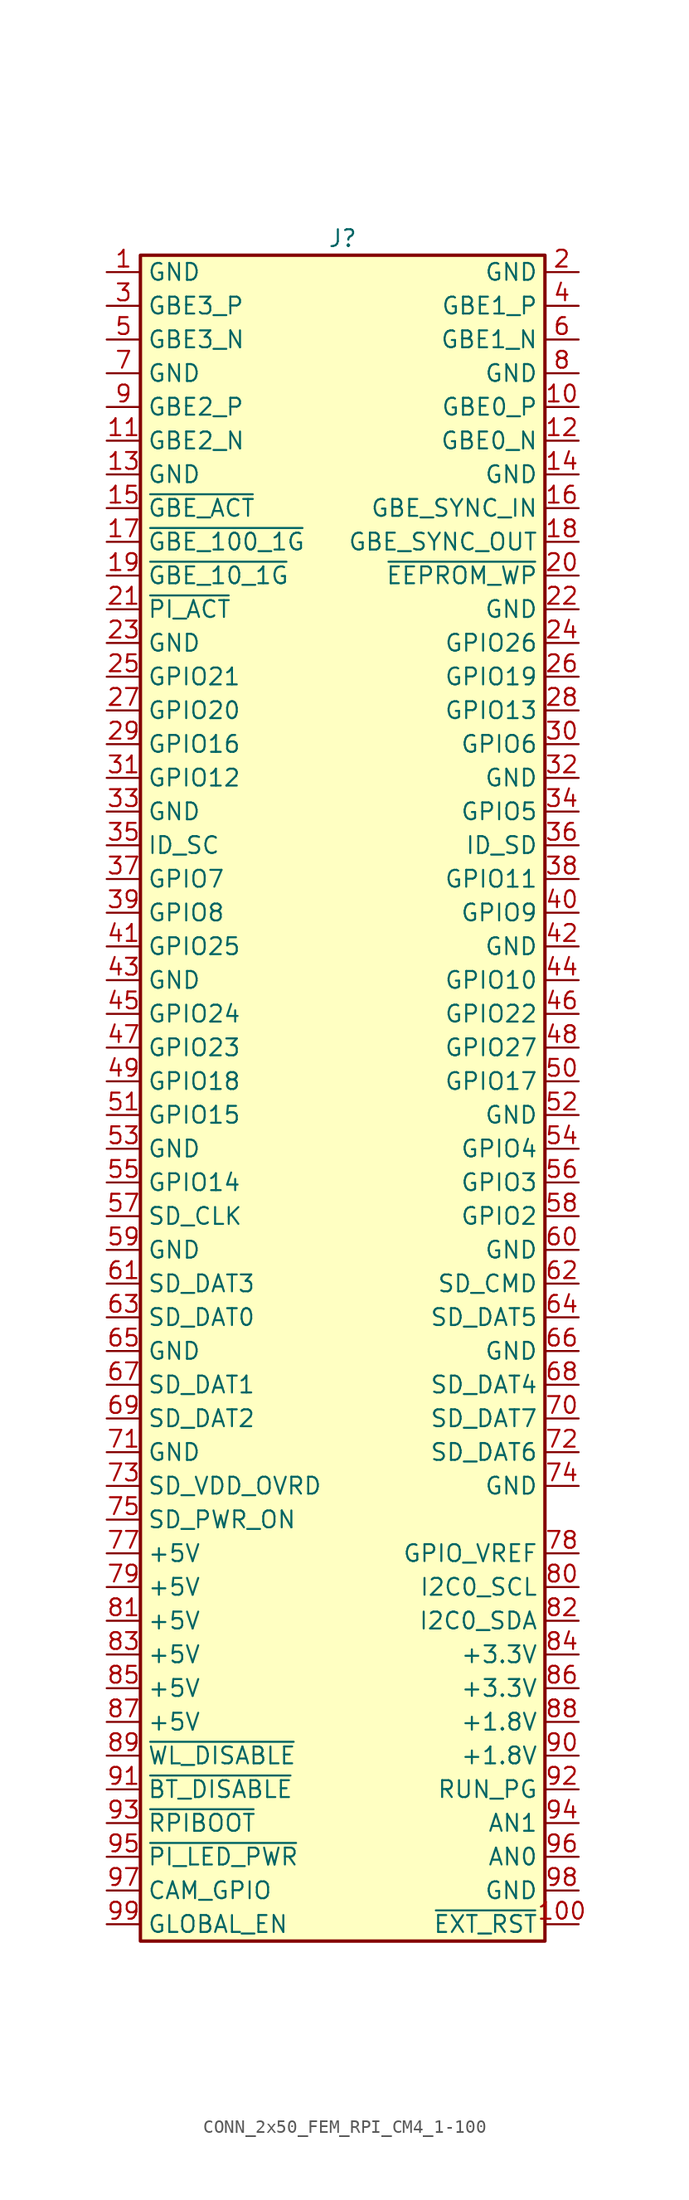
<source format=kicad_sym>
(kicad_symbol_lib
  (version 20211014)
  (generator kicad_symbol_editor)
  (symbol "CONN_2x50_FEM_RPI_CM4_1-100"
    (property "Reference" "J"
      (at 0 63.5 0)
      (effects (font (size 1.27 1.27))))
    (symbol "CONN_2x50_FEM_RPI_CM4_1-100_1_1"
      (rectangle (start -15.24 62.23) (end 15.24 -64.77) (stroke (width 0.254) (type default) (color 0 0 0 0)) (fill (type background)))
      (pin power_in line (at -17.78 60.96 0) (length 2.54) (name "GND" (effects (font (size 1.27 1.27)))) (number "1" (effects (font (size 1.27 1.27)))))
      (pin bidirectional line (at 17.78 50.8 180) (length 2.54) (name "GBE0_P" (effects (font (size 1.27 1.27)))) (number "10" (effects (font (size 1.27 1.27)))))
      (pin output line (at 17.78 -63.5 180) (length 2.54) (name "~{EXT_RST}" (effects (font (size 1.27 1.27)))) (number "100" (effects (font (size 1.27 1.27)))))
      (pin bidirectional line (at -17.78 48.26 0) (length 2.54) (name "GBE2_N" (effects (font (size 1.27 1.27)))) (number "11" (effects (font (size 1.27 1.27)))))
      (pin bidirectional line (at 17.78 48.26 180) (length 2.54) (name "GBE0_N" (effects (font (size 1.27 1.27)))) (number "12" (effects (font (size 1.27 1.27)))))
      (pin power_in line (at -17.78 45.72 0) (length 2.54) (name "GND" (effects (font (size 1.27 1.27)))) (number "13" (effects (font (size 1.27 1.27)))))
      (pin power_in line (at 17.78 45.72 180) (length 2.54) (name "GND" (effects (font (size 1.27 1.27)))) (number "14" (effects (font (size 1.27 1.27)))))
      (pin output line (at -17.78 43.18 0) (length 2.54) (name "~{GBE_ACT}" (effects (font (size 1.27 1.27)))) (number "15" (effects (font (size 1.27 1.27)))))
      (pin input line (at 17.78 43.18 180) (length 2.54) (name "GBE_SYNC_IN" (effects (font (size 1.27 1.27)))) (number "16" (effects (font (size 1.27 1.27)))))
      (pin output line (at -17.78 40.64 0) (length 2.54) (name "~{GBE_100_1G}" (effects (font (size 1.27 1.27)))) (number "17" (effects (font (size 1.27 1.27)))))
      (pin output line (at 17.78 40.64 180) (length 2.54) (name "GBE_SYNC_OUT" (effects (font (size 1.27 1.27)))) (number "18" (effects (font (size 1.27 1.27)))))
      (pin output line (at -17.78 38.1 0) (length 2.54) (name "~{GBE_10_1G}" (effects (font (size 1.27 1.27)))) (number "19" (effects (font (size 1.27 1.27)))))
      (pin power_in line (at 17.78 60.96 180) (length 2.54) (name "GND" (effects (font (size 1.27 1.27)))) (number "2" (effects (font (size 1.27 1.27)))))
      (pin output line (at 17.78 38.1 180) (length 2.54) (name "~{EEPROM_WP}" (effects (font (size 1.27 1.27)))) (number "20" (effects (font (size 1.27 1.27)))))
      (pin output line (at -17.78 35.56 0) (length 2.54) (name "~{PI_ACT}" (effects (font (size 1.27 1.27)))) (number "21" (effects (font (size 1.27 1.27)))))
      (pin power_in line (at 17.78 35.56 180) (length 2.54) (name "GND" (effects (font (size 1.27 1.27)))) (number "22" (effects (font (size 1.27 1.27)))))
      (pin power_in line (at -17.78 33.02 0) (length 2.54) (name "GND" (effects (font (size 1.27 1.27)))) (number "23" (effects (font (size 1.27 1.27)))))
      (pin bidirectional line (at 17.78 33.02 180) (length 2.54) (name "GPIO26" (effects (font (size 1.27 1.27)))) (number "24" (effects (font (size 1.27 1.27)))))
      (pin bidirectional line (at -17.78 30.48 0) (length 2.54) (name "GPIO21" (effects (font (size 1.27 1.27)))) (number "25" (effects (font (size 1.27 1.27)))))
      (pin bidirectional line (at 17.78 30.48 180) (length 2.54) (name "GPIO19" (effects (font (size 1.27 1.27)))) (number "26" (effects (font (size 1.27 1.27)))))
      (pin bidirectional line (at -17.78 27.94 0) (length 2.54) (name "GPIO20" (effects (font (size 1.27 1.27)))) (number "27" (effects (font (size 1.27 1.27)))))
      (pin bidirectional line (at 17.78 27.94 180) (length 2.54) (name "GPIO13" (effects (font (size 1.27 1.27)))) (number "28" (effects (font (size 1.27 1.27)))))
      (pin bidirectional line (at -17.78 25.4 0) (length 2.54) (name "GPIO16" (effects (font (size 1.27 1.27)))) (number "29" (effects (font (size 1.27 1.27)))))
      (pin bidirectional line (at -17.78 58.42 0) (length 2.54) (name "GBE3_P" (effects (font (size 1.27 1.27)))) (number "3" (effects (font (size 1.27 1.27)))))
      (pin bidirectional line (at 17.78 25.4 180) (length 2.54) (name "GPIO6" (effects (font (size 1.27 1.27)))) (number "30" (effects (font (size 1.27 1.27)))))
      (pin bidirectional line (at -17.78 22.86 0) (length 2.54) (name "GPIO12" (effects (font (size 1.27 1.27)))) (number "31" (effects (font (size 1.27 1.27)))))
      (pin power_in line (at 17.78 22.86 180) (length 2.54) (name "GND" (effects (font (size 1.27 1.27)))) (number "32" (effects (font (size 1.27 1.27)))))
      (pin power_in line (at -17.78 20.32 0) (length 2.54) (name "GND" (effects (font (size 1.27 1.27)))) (number "33" (effects (font (size 1.27 1.27)))))
      (pin bidirectional line (at 17.78 20.32 180) (length 2.54) (name "GPIO5" (effects (font (size 1.27 1.27)))) (number "34" (effects (font (size 1.27 1.27)))))
      (pin output line (at -17.78 17.78 0) (length 2.54) (name "ID_SC" (effects (font (size 1.27 1.27)))) (number "35" (effects (font (size 1.27 1.27)))))
      (pin bidirectional line (at 17.78 17.78 180) (length 2.54) (name "ID_SD" (effects (font (size 1.27 1.27)))) (number "36" (effects (font (size 1.27 1.27)))))
      (pin bidirectional line (at -17.78 15.24 0) (length 2.54) (name "GPIO7" (effects (font (size 1.27 1.27)))) (number "37" (effects (font (size 1.27 1.27)))))
      (pin bidirectional line (at 17.78 15.24 180) (length 2.54) (name "GPIO11" (effects (font (size 1.27 1.27)))) (number "38" (effects (font (size 1.27 1.27)))))
      (pin bidirectional line (at -17.78 12.7 0) (length 2.54) (name "GPIO8" (effects (font (size 1.27 1.27)))) (number "39" (effects (font (size 1.27 1.27)))))
      (pin bidirectional line (at 17.78 58.42 180) (length 2.54) (name "GBE1_P" (effects (font (size 1.27 1.27)))) (number "4" (effects (font (size 1.27 1.27)))))
      (pin bidirectional line (at 17.78 12.7 180) (length 2.54) (name "GPIO9" (effects (font (size 1.27 1.27)))) (number "40" (effects (font (size 1.27 1.27)))))
      (pin bidirectional line (at -17.78 10.16 0) (length 2.54) (name "GPIO25" (effects (font (size 1.27 1.27)))) (number "41" (effects (font (size 1.27 1.27)))))
      (pin power_in line (at 17.78 10.16 180) (length 2.54) (name "GND" (effects (font (size 1.27 1.27)))) (number "42" (effects (font (size 1.27 1.27)))))
      (pin power_in line (at -17.78 7.62 0) (length 2.54) (name "GND" (effects (font (size 1.27 1.27)))) (number "43" (effects (font (size 1.27 1.27)))))
      (pin bidirectional line (at 17.78 7.62 180) (length 2.54) (name "GPIO10" (effects (font (size 1.27 1.27)))) (number "44" (effects (font (size 1.27 1.27)))))
      (pin bidirectional line (at -17.78 5.08 0) (length 2.54) (name "GPIO24" (effects (font (size 1.27 1.27)))) (number "45" (effects (font (size 1.27 1.27)))))
      (pin bidirectional line (at 17.78 5.08 180) (length 2.54) (name "GPIO22" (effects (font (size 1.27 1.27)))) (number "46" (effects (font (size 1.27 1.27)))))
      (pin bidirectional line (at -17.78 2.54 0) (length 2.54) (name "GPIO23" (effects (font (size 1.27 1.27)))) (number "47" (effects (font (size 1.27 1.27)))))
      (pin bidirectional line (at 17.78 2.54 180) (length 2.54) (name "GPIO27" (effects (font (size 1.27 1.27)))) (number "48" (effects (font (size 1.27 1.27)))))
      (pin bidirectional line (at -17.78 0 0) (length 2.54) (name "GPIO18" (effects (font (size 1.27 1.27)))) (number "49" (effects (font (size 1.27 1.27)))))
      (pin bidirectional line (at -17.78 55.88 0) (length 2.54) (name "GBE3_N" (effects (font (size 1.27 1.27)))) (number "5" (effects (font (size 1.27 1.27)))))
      (pin bidirectional line (at 17.78 0 180) (length 2.54) (name "GPIO17" (effects (font (size 1.27 1.27)))) (number "50" (effects (font (size 1.27 1.27)))))
      (pin bidirectional line (at -17.78 -2.54 0) (length 2.54) (name "GPIO15" (effects (font (size 1.27 1.27)))) (number "51" (effects (font (size 1.27 1.27)))))
      (pin power_in line (at 17.78 -2.54 180) (length 2.54) (name "GND" (effects (font (size 1.27 1.27)))) (number "52" (effects (font (size 1.27 1.27)))))
      (pin power_in line (at -17.78 -5.08 0) (length 2.54) (name "GND" (effects (font (size 1.27 1.27)))) (number "53" (effects (font (size 1.27 1.27)))))
      (pin bidirectional line (at 17.78 -5.08 180) (length 2.54) (name "GPIO4" (effects (font (size 1.27 1.27)))) (number "54" (effects (font (size 1.27 1.27)))))
      (pin bidirectional line (at -17.78 -7.62 0) (length 2.54) (name "GPIO14" (effects (font (size 1.27 1.27)))) (number "55" (effects (font (size 1.27 1.27)))))
      (pin bidirectional line (at 17.78 -7.62 180) (length 2.54) (name "GPIO3" (effects (font (size 1.27 1.27)))) (number "56" (effects (font (size 1.27 1.27)))))
      (pin output line (at -17.78 -10.16 0) (length 2.54) (name "SD_CLK" (effects (font (size 1.27 1.27)))) (number "57" (effects (font (size 1.27 1.27)))))
      (pin bidirectional line (at 17.78 -10.16 180) (length 2.54) (name "GPIO2" (effects (font (size 1.27 1.27)))) (number "58" (effects (font (size 1.27 1.27)))))
      (pin power_in line (at -17.78 -12.7 0) (length 2.54) (name "GND" (effects (font (size 1.27 1.27)))) (number "59" (effects (font (size 1.27 1.27)))))
      (pin bidirectional line (at 17.78 55.88 180) (length 2.54) (name "GBE1_N" (effects (font (size 1.27 1.27)))) (number "6" (effects (font (size 1.27 1.27)))))
      (pin power_in line (at 17.78 -12.7 180) (length 2.54) (name "GND" (effects (font (size 1.27 1.27)))) (number "60" (effects (font (size 1.27 1.27)))))
      (pin bidirectional line (at -17.78 -15.24 0) (length 2.54) (name "SD_DAT3" (effects (font (size 1.27 1.27)))) (number "61" (effects (font (size 1.27 1.27)))))
      (pin output line (at 17.78 -15.24 180) (length 2.54) (name "SD_CMD" (effects (font (size 1.27 1.27)))) (number "62" (effects (font (size 1.27 1.27)))))
      (pin bidirectional line (at -17.78 -17.78 0) (length 2.54) (name "SD_DAT0" (effects (font (size 1.27 1.27)))) (number "63" (effects (font (size 1.27 1.27)))))
      (pin bidirectional line (at 17.78 -17.78 180) (length 2.54) (name "SD_DAT5" (effects (font (size 1.27 1.27)))) (number "64" (effects (font (size 1.27 1.27)))))
      (pin power_in line (at -17.78 -20.32 0) (length 2.54) (name "GND" (effects (font (size 1.27 1.27)))) (number "65" (effects (font (size 1.27 1.27)))))
      (pin power_in line (at 17.78 -20.32 180) (length 2.54) (name "GND" (effects (font (size 1.27 1.27)))) (number "66" (effects (font (size 1.27 1.27)))))
      (pin bidirectional line (at -17.78 -22.86 0) (length 2.54) (name "SD_DAT1" (effects (font (size 1.27 1.27)))) (number "67" (effects (font (size 1.27 1.27)))))
      (pin bidirectional line (at 17.78 -22.86 180) (length 2.54) (name "SD_DAT4" (effects (font (size 1.27 1.27)))) (number "68" (effects (font (size 1.27 1.27)))))
      (pin bidirectional line (at -17.78 -25.4 0) (length 2.54) (name "SD_DAT2" (effects (font (size 1.27 1.27)))) (number "69" (effects (font (size 1.27 1.27)))))
      (pin power_in line (at -17.78 53.34 0) (length 2.54) (name "GND" (effects (font (size 1.27 1.27)))) (number "7" (effects (font (size 1.27 1.27)))))
      (pin bidirectional line (at 17.78 -25.4 180) (length 2.54) (name "SD_DAT7" (effects (font (size 1.27 1.27)))) (number "70" (effects (font (size 1.27 1.27)))))
      (pin power_in line (at -17.78 -27.94 0) (length 2.54) (name "GND" (effects (font (size 1.27 1.27)))) (number "71" (effects (font (size 1.27 1.27)))))
      (pin bidirectional line (at 17.78 -27.94 180) (length 2.54) (name "SD_DAT6" (effects (font (size 1.27 1.27)))) (number "72" (effects (font (size 1.27 1.27)))))
      (pin input line (at -17.78 -30.48 0) (length 2.54) (name "SD_VDD_OVRD" (effects (font (size 1.27 1.27)))) (number "73" (effects (font (size 1.27 1.27)))))
      (pin power_in line (at 17.78 -30.48 180) (length 2.54) (name "GND" (effects (font (size 1.27 1.27)))) (number "74" (effects (font (size 1.27 1.27)))))
      (pin output line (at -17.78 -33.02 0) (length 2.54) (name "SD_PWR_ON" (effects (font (size 1.27 1.27)))) (number "75" (effects (font (size 1.27 1.27)))))
      (pin no_connect line (at 17.78 -33.02 180) (length 2.54) hide (name "RESERVED" (effects (font (size 1.27 1.27)))) (number "76" (effects (font (size 1.27 1.27)))))
      (pin power_in line (at -17.78 -35.56 0) (length 2.54) (name "+5V" (effects (font (size 1.27 1.27)))) (number "77" (effects (font (size 1.27 1.27)))))
      (pin input line (at 17.78 -35.56 180) (length 2.54) (name "GPIO_VREF" (effects (font (size 1.27 1.27)))) (number "78" (effects (font (size 1.27 1.27)))))
      (pin power_in line (at -17.78 -38.1 0) (length 2.54) (name "+5V" (effects (font (size 1.27 1.27)))) (number "79" (effects (font (size 1.27 1.27)))))
      (pin power_in line (at 17.78 53.34 180) (length 2.54) (name "GND" (effects (font (size 1.27 1.27)))) (number "8" (effects (font (size 1.27 1.27)))))
      (pin output line (at 17.78 -38.1 180) (length 2.54) (name "I2C0_SCL" (effects (font (size 1.27 1.27)))) (number "80" (effects (font (size 1.27 1.27)))))
      (pin power_in line (at -17.78 -40.64 0) (length 2.54) (name "+5V" (effects (font (size 1.27 1.27)))) (number "81" (effects (font (size 1.27 1.27)))))
      (pin bidirectional line (at 17.78 -40.64 180) (length 2.54) (name "I2C0_SDA" (effects (font (size 1.27 1.27)))) (number "82" (effects (font (size 1.27 1.27)))))
      (pin power_in line (at -17.78 -43.18 0) (length 2.54) (name "+5V" (effects (font (size 1.27 1.27)))) (number "83" (effects (font (size 1.27 1.27)))))
      (pin power_out line (at 17.78 -43.18 180) (length 2.54) (name "+3.3V" (effects (font (size 1.27 1.27)))) (number "84" (effects (font (size 1.27 1.27)))))
      (pin power_in line (at -17.78 -45.72 0) (length 2.54) (name "+5V" (effects (font (size 1.27 1.27)))) (number "85" (effects (font (size 1.27 1.27)))))
      (pin passive line (at 17.78 -45.72 180) (length 2.54) (name "+3.3V" (effects (font (size 1.27 1.27)))) (number "86" (effects (font (size 1.27 1.27)))))
      (pin power_in line (at -17.78 -48.26 0) (length 2.54) (name "+5V" (effects (font (size 1.27 1.27)))) (number "87" (effects (font (size 1.27 1.27)))))
      (pin power_out line (at 17.78 -48.26 180) (length 2.54) (name "+1.8V" (effects (font (size 1.27 1.27)))) (number "88" (effects (font (size 1.27 1.27)))))
      (pin input line (at -17.78 -50.8 0) (length 2.54) (name "~{WL_DISABLE}" (effects (font (size 1.27 1.27)))) (number "89" (effects (font (size 1.27 1.27)))))
      (pin bidirectional line (at -17.78 50.8 0) (length 2.54) (name "GBE2_P" (effects (font (size 1.27 1.27)))) (number "9" (effects (font (size 1.27 1.27)))))
      (pin passive line (at 17.78 -50.8 180) (length 2.54) (name "+1.8V" (effects (font (size 1.27 1.27)))) (number "90" (effects (font (size 1.27 1.27)))))
      (pin input line (at -17.78 -53.34 0) (length 2.54) (name "~{BT_DISABLE}" (effects (font (size 1.27 1.27)))) (number "91" (effects (font (size 1.27 1.27)))))
      (pin bidirectional line (at 17.78 -53.34 180) (length 2.54) (name "RUN_PG" (effects (font (size 1.27 1.27)))) (number "92" (effects (font (size 1.27 1.27)))))
      (pin input line (at -17.78 -55.88 0) (length 2.54) (name "~{RPIBOOT}" (effects (font (size 1.27 1.27)))) (number "93" (effects (font (size 1.27 1.27)))))
      (pin input line (at 17.78 -55.88 180) (length 2.54) (name "AN1" (effects (font (size 1.27 1.27)))) (number "94" (effects (font (size 1.27 1.27)))))
      (pin output line (at -17.78 -58.42 0) (length 2.54) (name "~{PI_LED_PWR}" (effects (font (size 1.27 1.27)))) (number "95" (effects (font (size 1.27 1.27)))))
      (pin input line (at 17.78 -58.42 180) (length 2.54) (name "AN0" (effects (font (size 1.27 1.27)))) (number "96" (effects (font (size 1.27 1.27)))))
      (pin output line (at -17.78 -60.96 0) (length 2.54) (name "CAM_GPIO" (effects (font (size 1.27 1.27)))) (number "97" (effects (font (size 1.27 1.27)))))
      (pin power_in line (at 17.78 -60.96 180) (length 2.54) (name "GND" (effects (font (size 1.27 1.27)))) (number "98" (effects (font (size 1.27 1.27)))))
      (pin input line (at -17.78 -63.5 0) (length 2.54) (name "GLOBAL_EN" (effects (font (size 1.27 1.27)))) (number "99" (effects (font (size 1.27 1.27))))))))
</source>
